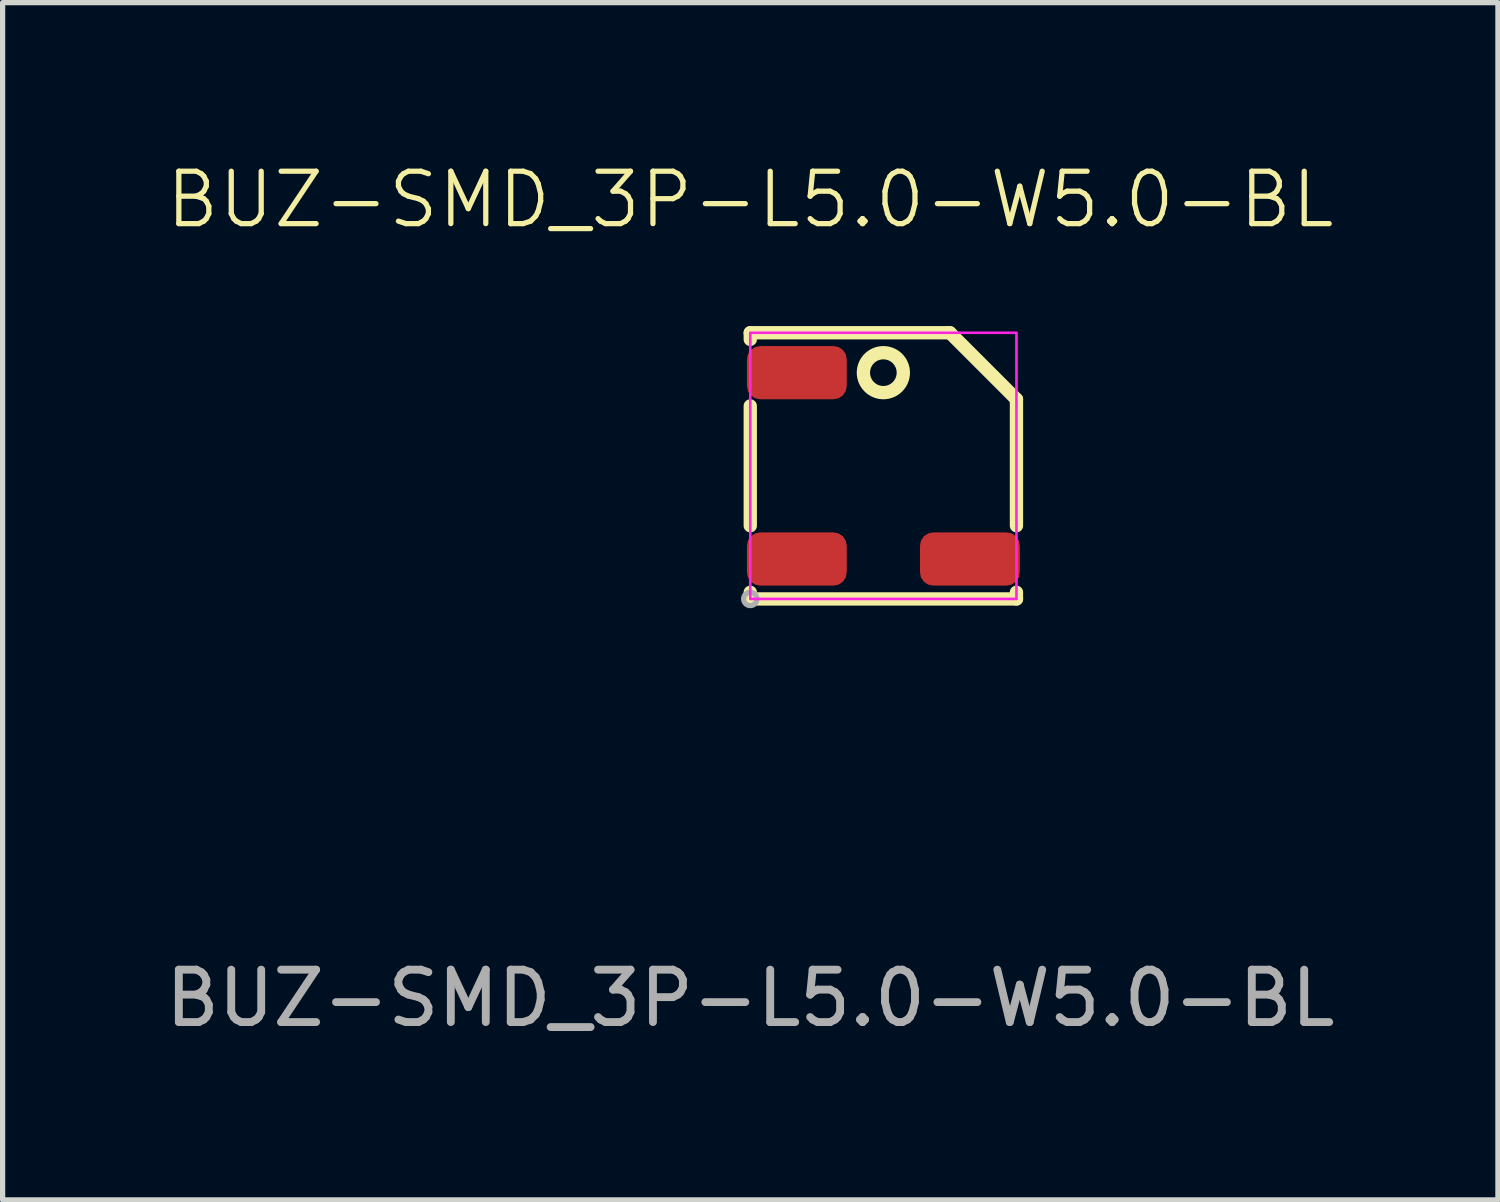
<source format=kicad_pcb>
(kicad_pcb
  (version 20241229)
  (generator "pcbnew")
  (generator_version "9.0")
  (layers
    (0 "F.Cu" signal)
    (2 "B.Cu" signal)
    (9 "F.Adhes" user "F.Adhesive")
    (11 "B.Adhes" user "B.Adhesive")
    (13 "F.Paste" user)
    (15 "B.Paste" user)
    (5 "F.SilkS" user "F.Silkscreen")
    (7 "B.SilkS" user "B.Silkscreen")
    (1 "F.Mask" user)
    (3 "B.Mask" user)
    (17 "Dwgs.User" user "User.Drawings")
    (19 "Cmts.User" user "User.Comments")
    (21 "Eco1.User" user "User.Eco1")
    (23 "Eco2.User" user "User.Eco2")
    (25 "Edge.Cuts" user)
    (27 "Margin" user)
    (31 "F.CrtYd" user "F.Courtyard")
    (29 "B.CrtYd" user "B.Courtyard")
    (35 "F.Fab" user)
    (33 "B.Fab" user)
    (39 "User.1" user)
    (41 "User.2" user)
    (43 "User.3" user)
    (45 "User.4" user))
  (footprint "BUZ-SMD_3P-L5.0-W5.0-BL"
    (layer "F.Cu")
    (at 11.268 8.38)
    (property "Reference" "BUZ-SMD_3P-L5.0-W5.0-BL" (at 0 -7.62 0) (unlocked yes) (layer "F.SilkS") (effects (font (size 1 1) (thickness 0.1))))
    (attr smd)
    (fp_line (start 0 -5.08) (end 0 -4.953) (stroke (width 0.254) (type default)) (layer "F.SilkS"))
    (fp_line (start 0 -1.397) (end 0 -3.683) (stroke (width 0.254) (type default)) (layer "F.SilkS"))
    (fp_line (start 0 0) (end 0 -0.127) (stroke (width 0.254) (type default)) (layer "F.SilkS"))
    (fp_line (start 0 0) (end 5.08 0) (stroke (width 0.254) (type default)) (layer "F.SilkS"))
    (fp_line (start 3.81 -5.08) (end 0 -5.08) (stroke (width 0.254) (type default)) (layer "F.SilkS"))
    (fp_line (start 5.08 -3.81) (end 3.81 -5.08) (stroke (width 0.254) (type default)) (layer "F.SilkS"))
    (fp_line (start 5.08 -3.81) (end 5.08 -1.397) (stroke (width 0.254) (type default)) (layer "F.SilkS"))
    (fp_line (start 5.08 0) (end 5.08 -0.127) (stroke (width 0.254) (type default)) (layer "F.SilkS"))
    (fp_circle (center 2.54 -4.318) (end 2.921 -4.318) (stroke (width 0.254) (type default)) (fill no) (layer "F.SilkS"))
    (fp_rect (start 0 -5.08) (end 5.08 0) (stroke (width 0.05) (type default)) (fill no) (layer "F.CrtYd"))
    (fp_circle (center 0 0) (end 0.127 0) (stroke (width 0.1) (type default)) (fill no) (layer "F.Fab"))
    (fp_text user "${REFERENCE}" (at 0 7.62 0) (unlocked yes) (layer "F.Fab") (effects (font (size 1 1) (thickness 0.15))))
    (pad "1" smd roundrect (at 0.889 -0.762) (size 1.905 1.016) (layers "F.Cu" "F.Mask" "F.Paste") (roundrect_rratio 0.25))
    (pad "2" smd roundrect (at 4.191 -0.762) (size 1.905 1.016) (layers "F.Cu" "F.Mask" "F.Paste") (roundrect_rratio 0.25))
    (pad "3" smd roundrect (at 0.889 -4.318) (size 1.905 1.016) (layers "F.Cu" "F.Mask" "F.Paste") (roundrect_rratio 0.25)))
  (gr_rect
    (start -3 -3)
    (end 25.536 19.849)
    (stroke (width 0.1) (type default))
    (fill no)
    (layer "Edge.Cuts")))
</source>
